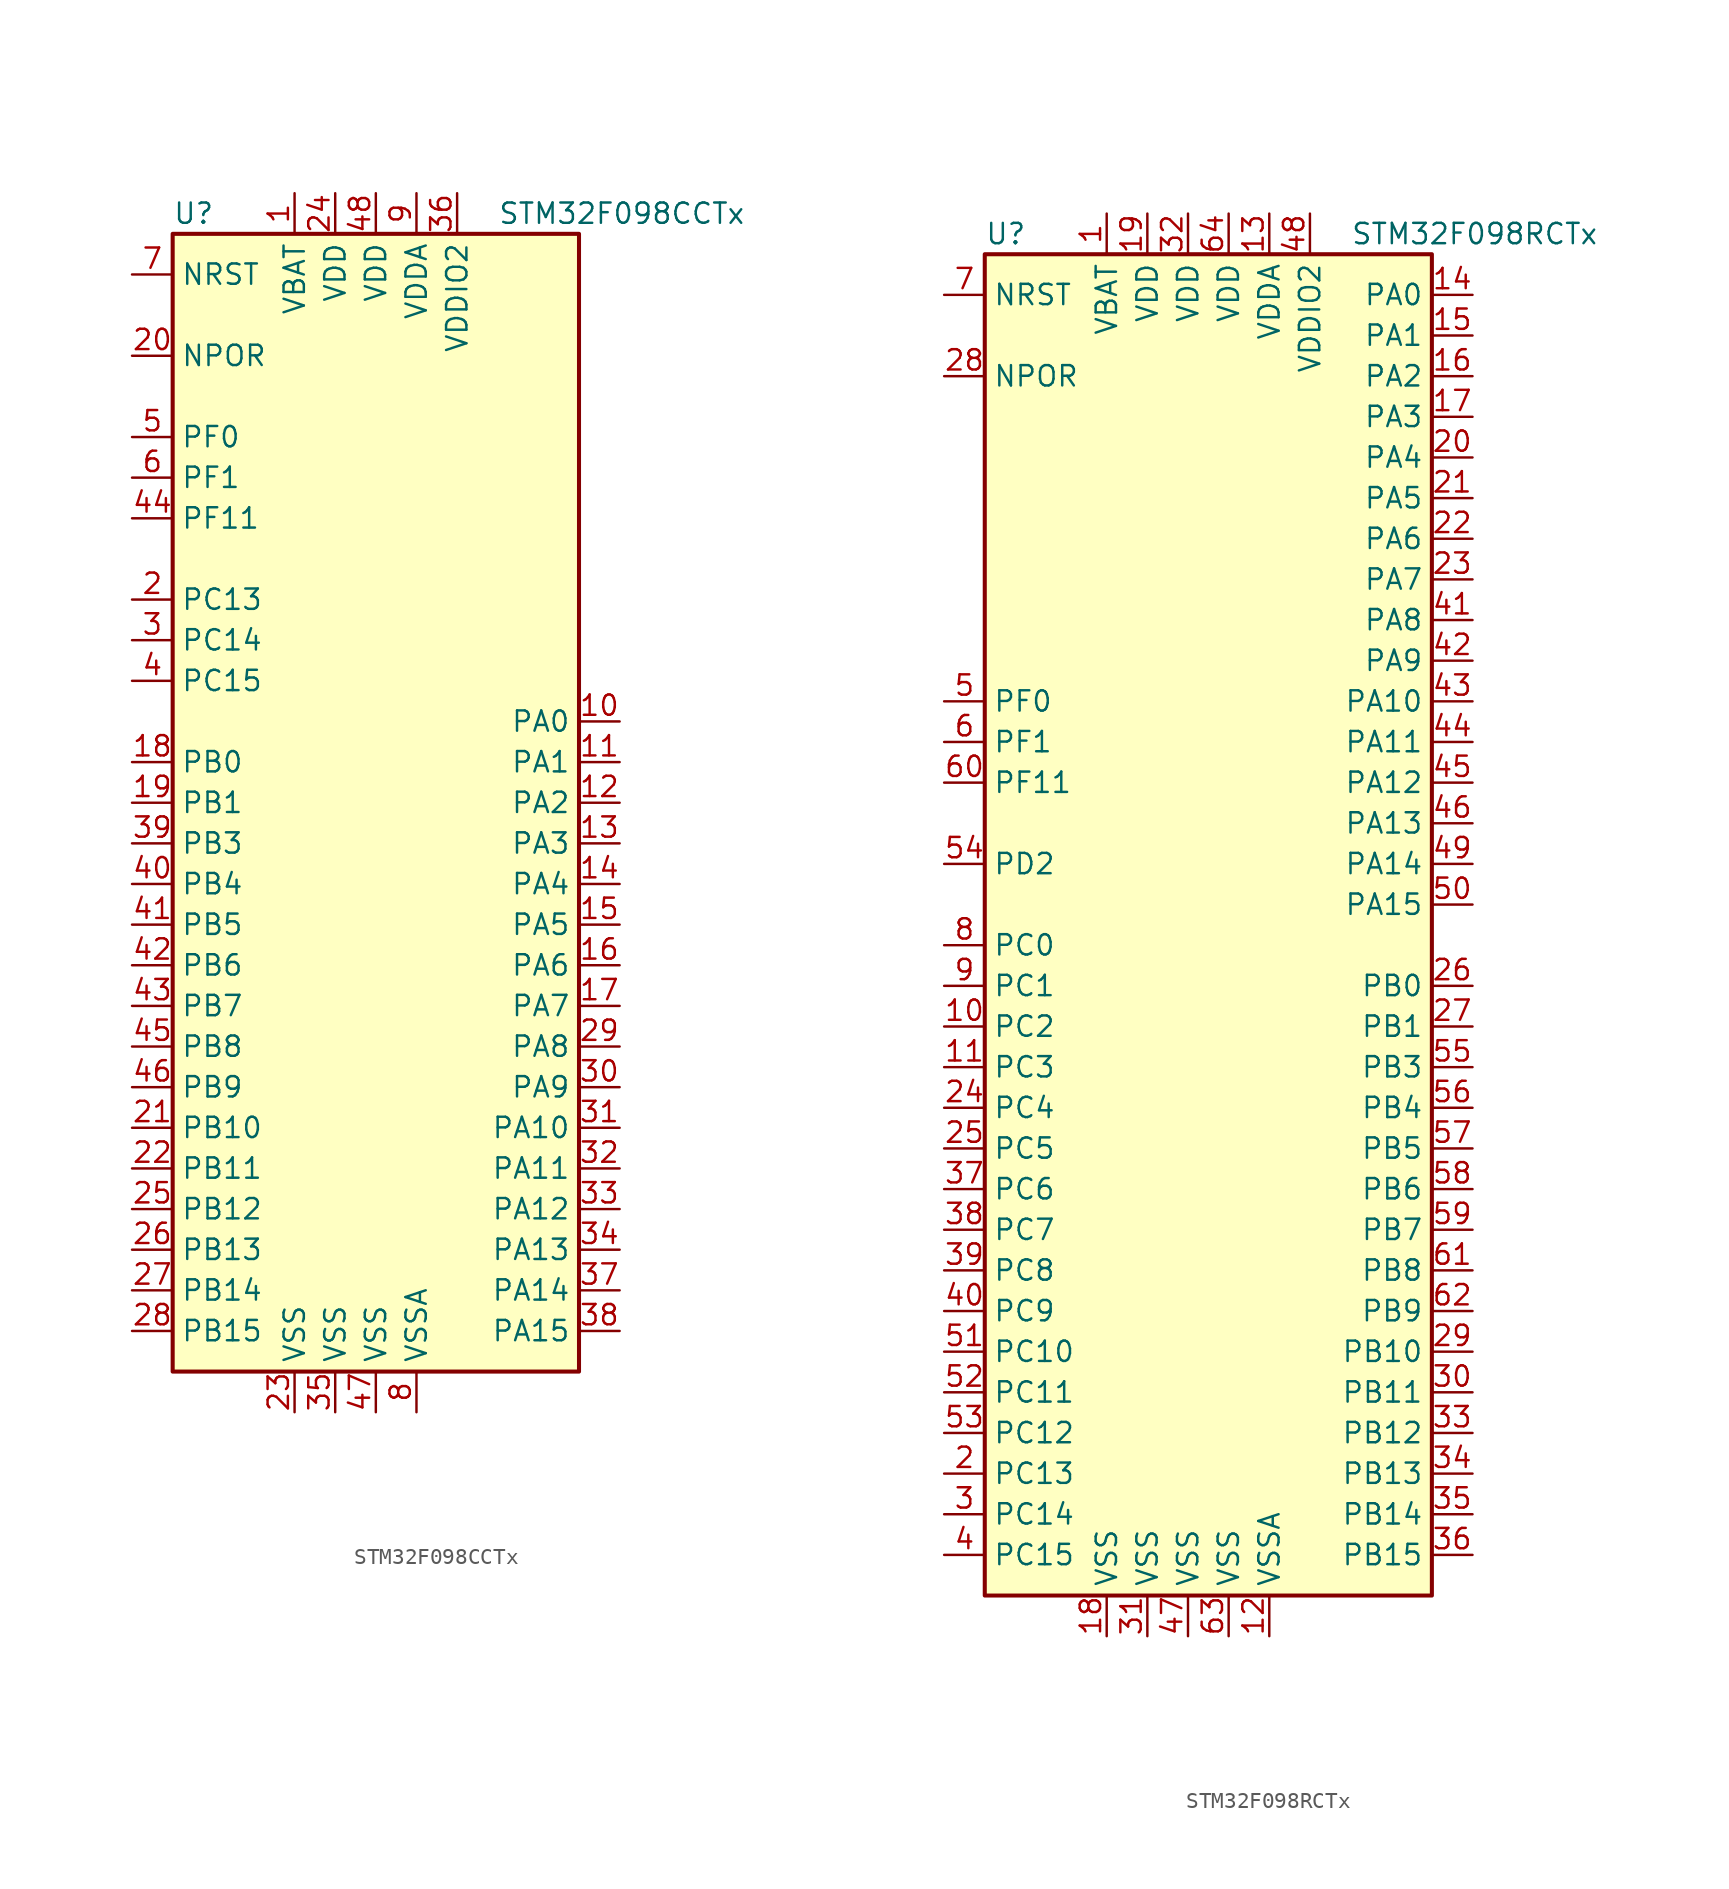
<source format=kicad_sym>
(kicad_symbol_lib
  (version 20201005)
  (generator kicad_symbol_editor)
  (symbol "STM32F098CCTx"
    (property "Reference" "U"
      (at -12.7 36.83 0)
      (effects (font (size 1.27 1.27)) (justify left)))
    (property "Value" "STM32F098CCTx"
      (at 7.62 36.83 0)
      (effects (font (size 1.27 1.27)) (justify left)))
    (symbol "STM32F098CCTx_0_1"
      (rectangle (start -12.7 -35.56) (end 12.7 35.56) (stroke (width 0.254)) (fill (type background))))
    (symbol "STM32F098CCTx_1_1"
      (pin power_in line (at -5.08 38.1 270) (length 2.54) (name "VBAT" (effects (font (size 1.27 1.27)))) (number "1" (effects (font (size 1.27 1.27)))))
      (pin bidirectional line (at 15.24 5.08 180) (length 2.54) (name "PA0" (effects (font (size 1.27 1.27)))) (number "10" (effects (font (size 1.27 1.27)))))
      (pin bidirectional line (at 15.24 2.54 180) (length 2.54) (name "PA1" (effects (font (size 1.27 1.27)))) (number "11" (effects (font (size 1.27 1.27)))))
      (pin bidirectional line (at 15.24 0 180) (length 2.54) (name "PA2" (effects (font (size 1.27 1.27)))) (number "12" (effects (font (size 1.27 1.27)))))
      (pin bidirectional line (at 15.24 -2.54 180) (length 2.54) (name "PA3" (effects (font (size 1.27 1.27)))) (number "13" (effects (font (size 1.27 1.27)))))
      (pin bidirectional line (at 15.24 -5.08 180) (length 2.54) (name "PA4" (effects (font (size 1.27 1.27)))) (number "14" (effects (font (size 1.27 1.27)))))
      (pin bidirectional line (at 15.24 -7.62 180) (length 2.54) (name "PA5" (effects (font (size 1.27 1.27)))) (number "15" (effects (font (size 1.27 1.27)))))
      (pin bidirectional line (at 15.24 -10.16 180) (length 2.54) (name "PA6" (effects (font (size 1.27 1.27)))) (number "16" (effects (font (size 1.27 1.27)))))
      (pin bidirectional line (at 15.24 -12.7 180) (length 2.54) (name "PA7" (effects (font (size 1.27 1.27)))) (number "17" (effects (font (size 1.27 1.27)))))
      (pin bidirectional line (at -15.24 2.54 0) (length 2.54) (name "PB0" (effects (font (size 1.27 1.27)))) (number "18" (effects (font (size 1.27 1.27)))))
      (pin bidirectional line (at -15.24 0 0) (length 2.54) (name "PB1" (effects (font (size 1.27 1.27)))) (number "19" (effects (font (size 1.27 1.27)))))
      (pin bidirectional line (at -15.24 12.7 0) (length 2.54) (name "PC13" (effects (font (size 1.27 1.27)))) (number "2" (effects (font (size 1.27 1.27)))))
      (pin power_in line (at -15.24 27.94 0) (length 2.54) (name "NPOR" (effects (font (size 1.27 1.27)))) (number "20" (effects (font (size 1.27 1.27)))))
      (pin bidirectional line (at -15.24 -20.32 0) (length 2.54) (name "PB10" (effects (font (size 1.27 1.27)))) (number "21" (effects (font (size 1.27 1.27)))))
      (pin bidirectional line (at -15.24 -22.86 0) (length 2.54) (name "PB11" (effects (font (size 1.27 1.27)))) (number "22" (effects (font (size 1.27 1.27)))))
      (pin power_in line (at -5.08 -38.1 90) (length 2.54) (name "VSS" (effects (font (size 1.27 1.27)))) (number "23" (effects (font (size 1.27 1.27)))))
      (pin power_in line (at -2.54 38.1 270) (length 2.54) (name "VDD" (effects (font (size 1.27 1.27)))) (number "24" (effects (font (size 1.27 1.27)))))
      (pin bidirectional line (at -15.24 -25.4 0) (length 2.54) (name "PB12" (effects (font (size 1.27 1.27)))) (number "25" (effects (font (size 1.27 1.27)))))
      (pin bidirectional line (at -15.24 -27.94 0) (length 2.54) (name "PB13" (effects (font (size 1.27 1.27)))) (number "26" (effects (font (size 1.27 1.27)))))
      (pin bidirectional line (at -15.24 -30.48 0) (length 2.54) (name "PB14" (effects (font (size 1.27 1.27)))) (number "27" (effects (font (size 1.27 1.27)))))
      (pin bidirectional line (at -15.24 -33.02 0) (length 2.54) (name "PB15" (effects (font (size 1.27 1.27)))) (number "28" (effects (font (size 1.27 1.27)))))
      (pin bidirectional line (at 15.24 -15.24 180) (length 2.54) (name "PA8" (effects (font (size 1.27 1.27)))) (number "29" (effects (font (size 1.27 1.27)))))
      (pin bidirectional line (at -15.24 10.16 0) (length 2.54) (name "PC14" (effects (font (size 1.27 1.27)))) (number "3" (effects (font (size 1.27 1.27)))))
      (pin bidirectional line (at 15.24 -17.78 180) (length 2.54) (name "PA9" (effects (font (size 1.27 1.27)))) (number "30" (effects (font (size 1.27 1.27)))))
      (pin bidirectional line (at 15.24 -20.32 180) (length 2.54) (name "PA10" (effects (font (size 1.27 1.27)))) (number "31" (effects (font (size 1.27 1.27)))))
      (pin bidirectional line (at 15.24 -22.86 180) (length 2.54) (name "PA11" (effects (font (size 1.27 1.27)))) (number "32" (effects (font (size 1.27 1.27)))))
      (pin bidirectional line (at 15.24 -25.4 180) (length 2.54) (name "PA12" (effects (font (size 1.27 1.27)))) (number "33" (effects (font (size 1.27 1.27)))))
      (pin bidirectional line (at 15.24 -27.94 180) (length 2.54) (name "PA13" (effects (font (size 1.27 1.27)))) (number "34" (effects (font (size 1.27 1.27)))))
      (pin power_in line (at -2.54 -38.1 90) (length 2.54) (name "VSS" (effects (font (size 1.27 1.27)))) (number "35" (effects (font (size 1.27 1.27)))))
      (pin power_in line (at 5.08 38.1 270) (length 2.54) (name "VDDIO2" (effects (font (size 1.27 1.27)))) (number "36" (effects (font (size 1.27 1.27)))))
      (pin bidirectional line (at 15.24 -30.48 180) (length 2.54) (name "PA14" (effects (font (size 1.27 1.27)))) (number "37" (effects (font (size 1.27 1.27)))))
      (pin bidirectional line (at 15.24 -33.02 180) (length 2.54) (name "PA15" (effects (font (size 1.27 1.27)))) (number "38" (effects (font (size 1.27 1.27)))))
      (pin bidirectional line (at -15.24 -2.54 0) (length 2.54) (name "PB3" (effects (font (size 1.27 1.27)))) (number "39" (effects (font (size 1.27 1.27)))))
      (pin bidirectional line (at -15.24 7.62 0) (length 2.54) (name "PC15" (effects (font (size 1.27 1.27)))) (number "4" (effects (font (size 1.27 1.27)))))
      (pin bidirectional line (at -15.24 -5.08 0) (length 2.54) (name "PB4" (effects (font (size 1.27 1.27)))) (number "40" (effects (font (size 1.27 1.27)))))
      (pin bidirectional line (at -15.24 -7.62 0) (length 2.54) (name "PB5" (effects (font (size 1.27 1.27)))) (number "41" (effects (font (size 1.27 1.27)))))
      (pin bidirectional line (at -15.24 -10.16 0) (length 2.54) (name "PB6" (effects (font (size 1.27 1.27)))) (number "42" (effects (font (size 1.27 1.27)))))
      (pin bidirectional line (at -15.24 -12.7 0) (length 2.54) (name "PB7" (effects (font (size 1.27 1.27)))) (number "43" (effects (font (size 1.27 1.27)))))
      (pin bidirectional line (at -15.24 17.78 0) (length 2.54) (name "PF11" (effects (font (size 1.27 1.27)))) (number "44" (effects (font (size 1.27 1.27)))))
      (pin bidirectional line (at -15.24 -15.24 0) (length 2.54) (name "PB8" (effects (font (size 1.27 1.27)))) (number "45" (effects (font (size 1.27 1.27)))))
      (pin bidirectional line (at -15.24 -17.78 0) (length 2.54) (name "PB9" (effects (font (size 1.27 1.27)))) (number "46" (effects (font (size 1.27 1.27)))))
      (pin power_in line (at 0 -38.1 90) (length 2.54) (name "VSS" (effects (font (size 1.27 1.27)))) (number "47" (effects (font (size 1.27 1.27)))))
      (pin power_in line (at 0 38.1 270) (length 2.54) (name "VDD" (effects (font (size 1.27 1.27)))) (number "48" (effects (font (size 1.27 1.27)))))
      (pin input line (at -15.24 22.86 0) (length 2.54) (name "PF0" (effects (font (size 1.27 1.27)))) (number "5" (effects (font (size 1.27 1.27)))))
      (pin input line (at -15.24 20.32 0) (length 2.54) (name "PF1" (effects (font (size 1.27 1.27)))) (number "6" (effects (font (size 1.27 1.27)))))
      (pin input line (at -15.24 33.02 0) (length 2.54) (name "NRST" (effects (font (size 1.27 1.27)))) (number "7" (effects (font (size 1.27 1.27)))))
      (pin power_in line (at 2.54 -38.1 90) (length 2.54) (name "VSSA" (effects (font (size 1.27 1.27)))) (number "8" (effects (font (size 1.27 1.27)))))
      (pin power_in line (at 2.54 38.1 270) (length 2.54) (name "VDDA" (effects (font (size 1.27 1.27)))) (number "9" (effects (font (size 1.27 1.27)))))))
  (symbol "STM32F098RCTx"
    (property "Reference" "U"
      (at -15.24 41.91 0)
      (effects (font (size 1.27 1.27)) (justify left)))
    (property "Value" "STM32F098RCTx"
      (at 7.62 41.91 0)
      (effects (font (size 1.27 1.27)) (justify left)))
    (symbol "STM32F098RCTx_0_1"
      (rectangle (start -15.24 -43.18) (end 12.7 40.64) (stroke (width 0.254)) (fill (type background))))
    (symbol "STM32F098RCTx_1_1"
      (pin power_in line (at -7.62 43.18 270) (length 2.54) (name "VBAT" (effects (font (size 1.27 1.27)))) (number "1" (effects (font (size 1.27 1.27)))))
      (pin bidirectional line (at -17.78 -7.62 0) (length 2.54) (name "PC2" (effects (font (size 1.27 1.27)))) (number "10" (effects (font (size 1.27 1.27)))))
      (pin bidirectional line (at -17.78 -10.16 0) (length 2.54) (name "PC3" (effects (font (size 1.27 1.27)))) (number "11" (effects (font (size 1.27 1.27)))))
      (pin power_in line (at 2.54 -45.72 90) (length 2.54) (name "VSSA" (effects (font (size 1.27 1.27)))) (number "12" (effects (font (size 1.27 1.27)))))
      (pin power_in line (at 2.54 43.18 270) (length 2.54) (name "VDDA" (effects (font (size 1.27 1.27)))) (number "13" (effects (font (size 1.27 1.27)))))
      (pin bidirectional line (at 15.24 38.1 180) (length 2.54) (name "PA0" (effects (font (size 1.27 1.27)))) (number "14" (effects (font (size 1.27 1.27)))))
      (pin bidirectional line (at 15.24 35.56 180) (length 2.54) (name "PA1" (effects (font (size 1.27 1.27)))) (number "15" (effects (font (size 1.27 1.27)))))
      (pin bidirectional line (at 15.24 33.02 180) (length 2.54) (name "PA2" (effects (font (size 1.27 1.27)))) (number "16" (effects (font (size 1.27 1.27)))))
      (pin bidirectional line (at 15.24 30.48 180) (length 2.54) (name "PA3" (effects (font (size 1.27 1.27)))) (number "17" (effects (font (size 1.27 1.27)))))
      (pin power_in line (at -7.62 -45.72 90) (length 2.54) (name "VSS" (effects (font (size 1.27 1.27)))) (number "18" (effects (font (size 1.27 1.27)))))
      (pin power_in line (at -5.08 43.18 270) (length 2.54) (name "VDD" (effects (font (size 1.27 1.27)))) (number "19" (effects (font (size 1.27 1.27)))))
      (pin bidirectional line (at -17.78 -35.56 0) (length 2.54) (name "PC13" (effects (font (size 1.27 1.27)))) (number "2" (effects (font (size 1.27 1.27)))))
      (pin bidirectional line (at 15.24 27.94 180) (length 2.54) (name "PA4" (effects (font (size 1.27 1.27)))) (number "20" (effects (font (size 1.27 1.27)))))
      (pin bidirectional line (at 15.24 25.4 180) (length 2.54) (name "PA5" (effects (font (size 1.27 1.27)))) (number "21" (effects (font (size 1.27 1.27)))))
      (pin bidirectional line (at 15.24 22.86 180) (length 2.54) (name "PA6" (effects (font (size 1.27 1.27)))) (number "22" (effects (font (size 1.27 1.27)))))
      (pin bidirectional line (at 15.24 20.32 180) (length 2.54) (name "PA7" (effects (font (size 1.27 1.27)))) (number "23" (effects (font (size 1.27 1.27)))))
      (pin bidirectional line (at -17.78 -12.7 0) (length 2.54) (name "PC4" (effects (font (size 1.27 1.27)))) (number "24" (effects (font (size 1.27 1.27)))))
      (pin bidirectional line (at -17.78 -15.24 0) (length 2.54) (name "PC5" (effects (font (size 1.27 1.27)))) (number "25" (effects (font (size 1.27 1.27)))))
      (pin bidirectional line (at 15.24 -5.08 180) (length 2.54) (name "PB0" (effects (font (size 1.27 1.27)))) (number "26" (effects (font (size 1.27 1.27)))))
      (pin bidirectional line (at 15.24 -7.62 180) (length 2.54) (name "PB1" (effects (font (size 1.27 1.27)))) (number "27" (effects (font (size 1.27 1.27)))))
      (pin power_in line (at -17.78 33.02 0) (length 2.54) (name "NPOR" (effects (font (size 1.27 1.27)))) (number "28" (effects (font (size 1.27 1.27)))))
      (pin bidirectional line (at 15.24 -27.94 180) (length 2.54) (name "PB10" (effects (font (size 1.27 1.27)))) (number "29" (effects (font (size 1.27 1.27)))))
      (pin bidirectional line (at -17.78 -38.1 0) (length 2.54) (name "PC14" (effects (font (size 1.27 1.27)))) (number "3" (effects (font (size 1.27 1.27)))))
      (pin bidirectional line (at 15.24 -30.48 180) (length 2.54) (name "PB11" (effects (font (size 1.27 1.27)))) (number "30" (effects (font (size 1.27 1.27)))))
      (pin power_in line (at -5.08 -45.72 90) (length 2.54) (name "VSS" (effects (font (size 1.27 1.27)))) (number "31" (effects (font (size 1.27 1.27)))))
      (pin power_in line (at -2.54 43.18 270) (length 2.54) (name "VDD" (effects (font (size 1.27 1.27)))) (number "32" (effects (font (size 1.27 1.27)))))
      (pin bidirectional line (at 15.24 -33.02 180) (length 2.54) (name "PB12" (effects (font (size 1.27 1.27)))) (number "33" (effects (font (size 1.27 1.27)))))
      (pin bidirectional line (at 15.24 -35.56 180) (length 2.54) (name "PB13" (effects (font (size 1.27 1.27)))) (number "34" (effects (font (size 1.27 1.27)))))
      (pin bidirectional line (at 15.24 -38.1 180) (length 2.54) (name "PB14" (effects (font (size 1.27 1.27)))) (number "35" (effects (font (size 1.27 1.27)))))
      (pin bidirectional line (at 15.24 -40.64 180) (length 2.54) (name "PB15" (effects (font (size 1.27 1.27)))) (number "36" (effects (font (size 1.27 1.27)))))
      (pin bidirectional line (at -17.78 -17.78 0) (length 2.54) (name "PC6" (effects (font (size 1.27 1.27)))) (number "37" (effects (font (size 1.27 1.27)))))
      (pin bidirectional line (at -17.78 -20.32 0) (length 2.54) (name "PC7" (effects (font (size 1.27 1.27)))) (number "38" (effects (font (size 1.27 1.27)))))
      (pin bidirectional line (at -17.78 -22.86 0) (length 2.54) (name "PC8" (effects (font (size 1.27 1.27)))) (number "39" (effects (font (size 1.27 1.27)))))
      (pin bidirectional line (at -17.78 -40.64 0) (length 2.54) (name "PC15" (effects (font (size 1.27 1.27)))) (number "4" (effects (font (size 1.27 1.27)))))
      (pin bidirectional line (at -17.78 -25.4 0) (length 2.54) (name "PC9" (effects (font (size 1.27 1.27)))) (number "40" (effects (font (size 1.27 1.27)))))
      (pin bidirectional line (at 15.24 17.78 180) (length 2.54) (name "PA8" (effects (font (size 1.27 1.27)))) (number "41" (effects (font (size 1.27 1.27)))))
      (pin bidirectional line (at 15.24 15.24 180) (length 2.54) (name "PA9" (effects (font (size 1.27 1.27)))) (number "42" (effects (font (size 1.27 1.27)))))
      (pin bidirectional line (at 15.24 12.7 180) (length 2.54) (name "PA10" (effects (font (size 1.27 1.27)))) (number "43" (effects (font (size 1.27 1.27)))))
      (pin bidirectional line (at 15.24 10.16 180) (length 2.54) (name "PA11" (effects (font (size 1.27 1.27)))) (number "44" (effects (font (size 1.27 1.27)))))
      (pin bidirectional line (at 15.24 7.62 180) (length 2.54) (name "PA12" (effects (font (size 1.27 1.27)))) (number "45" (effects (font (size 1.27 1.27)))))
      (pin bidirectional line (at 15.24 5.08 180) (length 2.54) (name "PA13" (effects (font (size 1.27 1.27)))) (number "46" (effects (font (size 1.27 1.27)))))
      (pin power_in line (at -2.54 -45.72 90) (length 2.54) (name "VSS" (effects (font (size 1.27 1.27)))) (number "47" (effects (font (size 1.27 1.27)))))
      (pin power_in line (at 5.08 43.18 270) (length 2.54) (name "VDDIO2" (effects (font (size 1.27 1.27)))) (number "48" (effects (font (size 1.27 1.27)))))
      (pin bidirectional line (at 15.24 2.54 180) (length 2.54) (name "PA14" (effects (font (size 1.27 1.27)))) (number "49" (effects (font (size 1.27 1.27)))))
      (pin input line (at -17.78 12.7 0) (length 2.54) (name "PF0" (effects (font (size 1.27 1.27)))) (number "5" (effects (font (size 1.27 1.27)))))
      (pin bidirectional line (at 15.24 0 180) (length 2.54) (name "PA15" (effects (font (size 1.27 1.27)))) (number "50" (effects (font (size 1.27 1.27)))))
      (pin bidirectional line (at -17.78 -27.94 0) (length 2.54) (name "PC10" (effects (font (size 1.27 1.27)))) (number "51" (effects (font (size 1.27 1.27)))))
      (pin bidirectional line (at -17.78 -30.48 0) (length 2.54) (name "PC11" (effects (font (size 1.27 1.27)))) (number "52" (effects (font (size 1.27 1.27)))))
      (pin bidirectional line (at -17.78 -33.02 0) (length 2.54) (name "PC12" (effects (font (size 1.27 1.27)))) (number "53" (effects (font (size 1.27 1.27)))))
      (pin bidirectional line (at -17.78 2.54 0) (length 2.54) (name "PD2" (effects (font (size 1.27 1.27)))) (number "54" (effects (font (size 1.27 1.27)))))
      (pin bidirectional line (at 15.24 -10.16 180) (length 2.54) (name "PB3" (effects (font (size 1.27 1.27)))) (number "55" (effects (font (size 1.27 1.27)))))
      (pin bidirectional line (at 15.24 -12.7 180) (length 2.54) (name "PB4" (effects (font (size 1.27 1.27)))) (number "56" (effects (font (size 1.27 1.27)))))
      (pin bidirectional line (at 15.24 -15.24 180) (length 2.54) (name "PB5" (effects (font (size 1.27 1.27)))) (number "57" (effects (font (size 1.27 1.27)))))
      (pin bidirectional line (at 15.24 -17.78 180) (length 2.54) (name "PB6" (effects (font (size 1.27 1.27)))) (number "58" (effects (font (size 1.27 1.27)))))
      (pin bidirectional line (at 15.24 -20.32 180) (length 2.54) (name "PB7" (effects (font (size 1.27 1.27)))) (number "59" (effects (font (size 1.27 1.27)))))
      (pin input line (at -17.78 10.16 0) (length 2.54) (name "PF1" (effects (font (size 1.27 1.27)))) (number "6" (effects (font (size 1.27 1.27)))))
      (pin bidirectional line (at -17.78 7.62 0) (length 2.54) (name "PF11" (effects (font (size 1.27 1.27)))) (number "60" (effects (font (size 1.27 1.27)))))
      (pin bidirectional line (at 15.24 -22.86 180) (length 2.54) (name "PB8" (effects (font (size 1.27 1.27)))) (number "61" (effects (font (size 1.27 1.27)))))
      (pin bidirectional line (at 15.24 -25.4 180) (length 2.54) (name "PB9" (effects (font (size 1.27 1.27)))) (number "62" (effects (font (size 1.27 1.27)))))
      (pin power_in line (at 0 -45.72 90) (length 2.54) (name "VSS" (effects (font (size 1.27 1.27)))) (number "63" (effects (font (size 1.27 1.27)))))
      (pin power_in line (at 0 43.18 270) (length 2.54) (name "VDD" (effects (font (size 1.27 1.27)))) (number "64" (effects (font (size 1.27 1.27)))))
      (pin input line (at -17.78 38.1 0) (length 2.54) (name "NRST" (effects (font (size 1.27 1.27)))) (number "7" (effects (font (size 1.27 1.27)))))
      (pin bidirectional line (at -17.78 -2.54 0) (length 2.54) (name "PC0" (effects (font (size 1.27 1.27)))) (number "8" (effects (font (size 1.27 1.27)))))
      (pin bidirectional line (at -17.78 -5.08 0) (length 2.54) (name "PC1" (effects (font (size 1.27 1.27)))) (number "9" (effects (font (size 1.27 1.27))))))))
</source>
